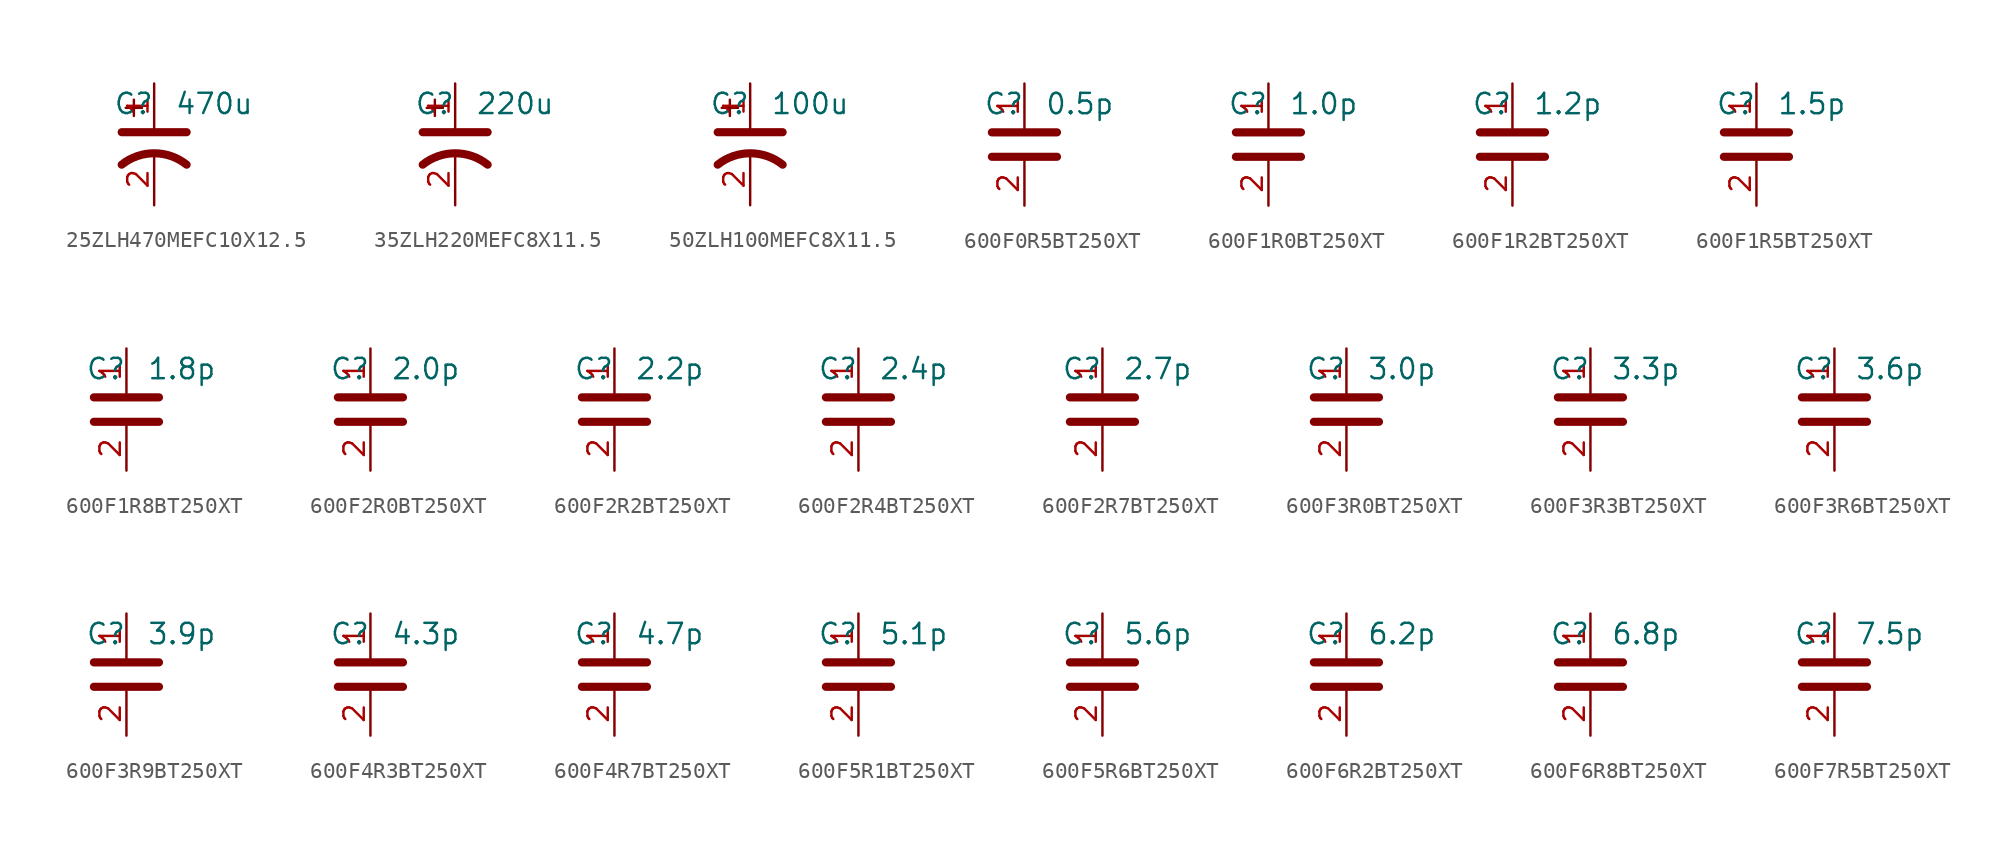
<source format=kicad_sym>
(kicad_symbol_lib
  (version 20241209)
  (generator "kicad_symbol_editor")
  (generator_version "9.0")
  (symbol "25ZLH470MEFC10X12.5"
    (property "Reference" "C"
      (at 0 2.54 0)
      (effects (font (size 1.27 1.27)) (justify right)))
    (property "Value" "470u"
      (at 1.27 2.54 0)
      (effects (font (size 1.27 1.27)) (justify left)))
    (symbol "25ZLH470MEFC10X12.5_0_1"
      (polyline (pts (xy -2.032 0.762) (xy 2.032 0.762)) (stroke (width 0.508) (type default)) (fill (type none)))
      (polyline (pts (xy -1.778 2.286) (xy -0.762 2.286)) (stroke (width 0) (type default)) (fill (type none)))
      (polyline (pts (xy -1.27 1.778) (xy -1.27 2.794)) (stroke (width 0) (type default)) (fill (type none)))
      (arc (start -2.032 -1.27) (mid 0 -0.5572) (end 2.032 -1.27) (stroke (width 0.508) (type default)) (fill (type none))))
    (symbol "25ZLH470MEFC10X12.5_1_1"
      (pin passive line (at 0 3.81 270) (length 2.794) (name "~" (effects (font (size 1.27 1.27)))) (number "1" (effects (font (size 1.27 1.27)))))
      (pin passive line (at 0 -3.81 90) (length 3.302) (name "~" (effects (font (size 1.27 1.27)))) (number "2" (effects (font (size 1.27 1.27)))))))
  (symbol "35ZLH220MEFC8X11.5"
    (property "Reference" "C"
      (at 0 2.54 0)
      (effects (font (size 1.27 1.27)) (justify right)))
    (property "Value" "220u"
      (at 1.27 2.54 0)
      (effects (font (size 1.27 1.27)) (justify left)))
    (symbol "35ZLH220MEFC8X11.5_0_1"
      (polyline (pts (xy -2.032 0.762) (xy 2.032 0.762)) (stroke (width 0.508) (type default)) (fill (type none)))
      (polyline (pts (xy -1.778 2.286) (xy -0.762 2.286)) (stroke (width 0) (type default)) (fill (type none)))
      (polyline (pts (xy -1.27 1.778) (xy -1.27 2.794)) (stroke (width 0) (type default)) (fill (type none)))
      (arc (start -2.032 -1.27) (mid 0 -0.5572) (end 2.032 -1.27) (stroke (width 0.508) (type default)) (fill (type none))))
    (symbol "35ZLH220MEFC8X11.5_1_1"
      (pin passive line (at 0 3.81 270) (length 2.794) (name "~" (effects (font (size 1.27 1.27)))) (number "1" (effects (font (size 1.27 1.27)))))
      (pin passive line (at 0 -3.81 90) (length 3.302) (name "~" (effects (font (size 1.27 1.27)))) (number "2" (effects (font (size 1.27 1.27)))))))
  (symbol "50ZLH100MEFC8X11.5"
    (property "Reference" "C"
      (at 0 2.54 0)
      (effects (font (size 1.27 1.27)) (justify right)))
    (property "Value" "100u"
      (at 1.27 2.54 0)
      (effects (font (size 1.27 1.27)) (justify left)))
    (symbol "50ZLH100MEFC8X11.5_0_1"
      (polyline (pts (xy -2.032 0.762) (xy 2.032 0.762)) (stroke (width 0.508) (type default)) (fill (type none)))
      (polyline (pts (xy -1.778 2.286) (xy -0.762 2.286)) (stroke (width 0) (type default)) (fill (type none)))
      (polyline (pts (xy -1.27 1.778) (xy -1.27 2.794)) (stroke (width 0) (type default)) (fill (type none)))
      (arc (start -2.032 -1.27) (mid 0 -0.5572) (end 2.032 -1.27) (stroke (width 0.508) (type default)) (fill (type none))))
    (symbol "50ZLH100MEFC8X11.5_1_1"
      (pin passive line (at 0 3.81 270) (length 2.794) (name "~" (effects (font (size 1.27 1.27)))) (number "1" (effects (font (size 1.27 1.27)))))
      (pin passive line (at 0 -3.81 90) (length 3.302) (name "~" (effects (font (size 1.27 1.27)))) (number "2" (effects (font (size 1.27 1.27)))))))
  (symbol "600F0R5BT250XT"
    (property "Reference" "C"
      (at 0 2.54 0)
      (effects (font (size 1.27 1.27)) (justify right)))
    (property "Value" "0.5p"
      (at 1.27 2.54 0)
      (effects (font (size 1.27 1.27)) (justify left)))
    (symbol "600F0R5BT250XT_0_1"
      (polyline (pts (xy -2.032 0.762) (xy 2.032 0.762)) (stroke (width 0.508) (type default)) (fill (type none)))
      (polyline (pts (xy -2.032 -0.762) (xy 2.032 -0.762)) (stroke (width 0.508) (type default)) (fill (type none))))
    (symbol "600F0R5BT250XT_1_1"
      (pin passive line (at 0 3.81 270) (length 2.794) (name "~" (effects (font (size 1.27 1.27)))) (number "1" (effects (font (size 1.27 1.27)))))
      (pin passive line (at 0 -3.81 90) (length 2.794) (name "~" (effects (font (size 1.27 1.27)))) (number "2" (effects (font (size 1.27 1.27)))))))
  (symbol "600F1R0BT250XT"
    (property "Reference" "C"
      (at 0 2.54 0)
      (effects (font (size 1.27 1.27)) (justify right)))
    (property "Value" "1.0p"
      (at 1.27 2.54 0)
      (effects (font (size 1.27 1.27)) (justify left)))
    (symbol "600F1R0BT250XT_0_1"
      (polyline (pts (xy -2.032 0.762) (xy 2.032 0.762)) (stroke (width 0.508) (type default)) (fill (type none)))
      (polyline (pts (xy -2.032 -0.762) (xy 2.032 -0.762)) (stroke (width 0.508) (type default)) (fill (type none))))
    (symbol "600F1R0BT250XT_1_1"
      (pin passive line (at 0 3.81 270) (length 2.794) (name "~" (effects (font (size 1.27 1.27)))) (number "1" (effects (font (size 1.27 1.27)))))
      (pin passive line (at 0 -3.81 90) (length 2.794) (name "~" (effects (font (size 1.27 1.27)))) (number "2" (effects (font (size 1.27 1.27)))))))
  (symbol "600F1R2BT250XT"
    (property "Reference" "C"
      (at 0 2.54 0)
      (effects (font (size 1.27 1.27)) (justify right)))
    (property "Value" "1.2p"
      (at 1.27 2.54 0)
      (effects (font (size 1.27 1.27)) (justify left)))
    (symbol "600F1R2BT250XT_0_1"
      (polyline (pts (xy -2.032 0.762) (xy 2.032 0.762)) (stroke (width 0.508) (type default)) (fill (type none)))
      (polyline (pts (xy -2.032 -0.762) (xy 2.032 -0.762)) (stroke (width 0.508) (type default)) (fill (type none))))
    (symbol "600F1R2BT250XT_1_1"
      (pin passive line (at 0 3.81 270) (length 2.794) (name "~" (effects (font (size 1.27 1.27)))) (number "1" (effects (font (size 1.27 1.27)))))
      (pin passive line (at 0 -3.81 90) (length 2.794) (name "~" (effects (font (size 1.27 1.27)))) (number "2" (effects (font (size 1.27 1.27)))))))
  (symbol "600F1R5BT250XT"
    (property "Reference" "C"
      (at 0 2.54 0)
      (effects (font (size 1.27 1.27)) (justify right)))
    (property "Value" "1.5p"
      (at 1.27 2.54 0)
      (effects (font (size 1.27 1.27)) (justify left)))
    (symbol "600F1R5BT250XT_0_1"
      (polyline (pts (xy -2.032 0.762) (xy 2.032 0.762)) (stroke (width 0.508) (type default)) (fill (type none)))
      (polyline (pts (xy -2.032 -0.762) (xy 2.032 -0.762)) (stroke (width 0.508) (type default)) (fill (type none))))
    (symbol "600F1R5BT250XT_1_1"
      (pin passive line (at 0 3.81 270) (length 2.794) (name "~" (effects (font (size 1.27 1.27)))) (number "1" (effects (font (size 1.27 1.27)))))
      (pin passive line (at 0 -3.81 90) (length 2.794) (name "~" (effects (font (size 1.27 1.27)))) (number "2" (effects (font (size 1.27 1.27)))))))
  (symbol "600F1R8BT250XT"
    (property "Reference" "C"
      (at 0 2.54 0)
      (effects (font (size 1.27 1.27)) (justify right)))
    (property "Value" "1.8p"
      (at 1.27 2.54 0)
      (effects (font (size 1.27 1.27)) (justify left)))
    (symbol "600F1R8BT250XT_0_1"
      (polyline (pts (xy -2.032 0.762) (xy 2.032 0.762)) (stroke (width 0.508) (type default)) (fill (type none)))
      (polyline (pts (xy -2.032 -0.762) (xy 2.032 -0.762)) (stroke (width 0.508) (type default)) (fill (type none))))
    (symbol "600F1R8BT250XT_1_1"
      (pin passive line (at 0 3.81 270) (length 2.794) (name "~" (effects (font (size 1.27 1.27)))) (number "1" (effects (font (size 1.27 1.27)))))
      (pin passive line (at 0 -3.81 90) (length 2.794) (name "~" (effects (font (size 1.27 1.27)))) (number "2" (effects (font (size 1.27 1.27)))))))
  (symbol "600F2R0BT250XT"
    (property "Reference" "C"
      (at 0 2.54 0)
      (effects (font (size 1.27 1.27)) (justify right)))
    (property "Value" "2.0p"
      (at 1.27 2.54 0)
      (effects (font (size 1.27 1.27)) (justify left)))
    (symbol "600F2R0BT250XT_0_1"
      (polyline (pts (xy -2.032 0.762) (xy 2.032 0.762)) (stroke (width 0.508) (type default)) (fill (type none)))
      (polyline (pts (xy -2.032 -0.762) (xy 2.032 -0.762)) (stroke (width 0.508) (type default)) (fill (type none))))
    (symbol "600F2R0BT250XT_1_1"
      (pin passive line (at 0 3.81 270) (length 2.794) (name "~" (effects (font (size 1.27 1.27)))) (number "1" (effects (font (size 1.27 1.27)))))
      (pin passive line (at 0 -3.81 90) (length 2.794) (name "~" (effects (font (size 1.27 1.27)))) (number "2" (effects (font (size 1.27 1.27)))))))
  (symbol "600F2R2BT250XT"
    (property "Reference" "C"
      (at 0 2.54 0)
      (effects (font (size 1.27 1.27)) (justify right)))
    (property "Value" "2.2p"
      (at 1.27 2.54 0)
      (effects (font (size 1.27 1.27)) (justify left)))
    (symbol "600F2R2BT250XT_0_1"
      (polyline (pts (xy -2.032 0.762) (xy 2.032 0.762)) (stroke (width 0.508) (type default)) (fill (type none)))
      (polyline (pts (xy -2.032 -0.762) (xy 2.032 -0.762)) (stroke (width 0.508) (type default)) (fill (type none))))
    (symbol "600F2R2BT250XT_1_1"
      (pin passive line (at 0 3.81 270) (length 2.794) (name "~" (effects (font (size 1.27 1.27)))) (number "1" (effects (font (size 1.27 1.27)))))
      (pin passive line (at 0 -3.81 90) (length 2.794) (name "~" (effects (font (size 1.27 1.27)))) (number "2" (effects (font (size 1.27 1.27)))))))
  (symbol "600F2R4BT250XT"
    (property "Reference" "C"
      (at 0 2.54 0)
      (effects (font (size 1.27 1.27)) (justify right)))
    (property "Value" "2.4p"
      (at 1.27 2.54 0)
      (effects (font (size 1.27 1.27)) (justify left)))
    (symbol "600F2R4BT250XT_0_1"
      (polyline (pts (xy -2.032 0.762) (xy 2.032 0.762)) (stroke (width 0.508) (type default)) (fill (type none)))
      (polyline (pts (xy -2.032 -0.762) (xy 2.032 -0.762)) (stroke (width 0.508) (type default)) (fill (type none))))
    (symbol "600F2R4BT250XT_1_1"
      (pin passive line (at 0 3.81 270) (length 2.794) (name "~" (effects (font (size 1.27 1.27)))) (number "1" (effects (font (size 1.27 1.27)))))
      (pin passive line (at 0 -3.81 90) (length 2.794) (name "~" (effects (font (size 1.27 1.27)))) (number "2" (effects (font (size 1.27 1.27)))))))
  (symbol "600F2R7BT250XT"
    (property "Reference" "C"
      (at 0 2.54 0)
      (effects (font (size 1.27 1.27)) (justify right)))
    (property "Value" "2.7p"
      (at 1.27 2.54 0)
      (effects (font (size 1.27 1.27)) (justify left)))
    (symbol "600F2R7BT250XT_0_1"
      (polyline (pts (xy -2.032 0.762) (xy 2.032 0.762)) (stroke (width 0.508) (type default)) (fill (type none)))
      (polyline (pts (xy -2.032 -0.762) (xy 2.032 -0.762)) (stroke (width 0.508) (type default)) (fill (type none))))
    (symbol "600F2R7BT250XT_1_1"
      (pin passive line (at 0 3.81 270) (length 2.794) (name "~" (effects (font (size 1.27 1.27)))) (number "1" (effects (font (size 1.27 1.27)))))
      (pin passive line (at 0 -3.81 90) (length 2.794) (name "~" (effects (font (size 1.27 1.27)))) (number "2" (effects (font (size 1.27 1.27)))))))
  (symbol "600F3R0BT250XT"
    (property "Reference" "C"
      (at 0 2.54 0)
      (effects (font (size 1.27 1.27)) (justify right)))
    (property "Value" "3.0p"
      (at 1.27 2.54 0)
      (effects (font (size 1.27 1.27)) (justify left)))
    (symbol "600F3R0BT250XT_0_1"
      (polyline (pts (xy -2.032 0.762) (xy 2.032 0.762)) (stroke (width 0.508) (type default)) (fill (type none)))
      (polyline (pts (xy -2.032 -0.762) (xy 2.032 -0.762)) (stroke (width 0.508) (type default)) (fill (type none))))
    (symbol "600F3R0BT250XT_1_1"
      (pin passive line (at 0 3.81 270) (length 2.794) (name "~" (effects (font (size 1.27 1.27)))) (number "1" (effects (font (size 1.27 1.27)))))
      (pin passive line (at 0 -3.81 90) (length 2.794) (name "~" (effects (font (size 1.27 1.27)))) (number "2" (effects (font (size 1.27 1.27)))))))
  (symbol "600F3R3BT250XT"
    (property "Reference" "C"
      (at 0 2.54 0)
      (effects (font (size 1.27 1.27)) (justify right)))
    (property "Value" "3.3p"
      (at 1.27 2.54 0)
      (effects (font (size 1.27 1.27)) (justify left)))
    (symbol "600F3R3BT250XT_0_1"
      (polyline (pts (xy -2.032 0.762) (xy 2.032 0.762)) (stroke (width 0.508) (type default)) (fill (type none)))
      (polyline (pts (xy -2.032 -0.762) (xy 2.032 -0.762)) (stroke (width 0.508) (type default)) (fill (type none))))
    (symbol "600F3R3BT250XT_1_1"
      (pin passive line (at 0 3.81 270) (length 2.794) (name "~" (effects (font (size 1.27 1.27)))) (number "1" (effects (font (size 1.27 1.27)))))
      (pin passive line (at 0 -3.81 90) (length 2.794) (name "~" (effects (font (size 1.27 1.27)))) (number "2" (effects (font (size 1.27 1.27)))))))
  (symbol "600F3R6BT250XT"
    (property "Reference" "C"
      (at 0 2.54 0)
      (effects (font (size 1.27 1.27)) (justify right)))
    (property "Value" "3.6p"
      (at 1.27 2.54 0)
      (effects (font (size 1.27 1.27)) (justify left)))
    (symbol "600F3R6BT250XT_0_1"
      (polyline (pts (xy -2.032 0.762) (xy 2.032 0.762)) (stroke (width 0.508) (type default)) (fill (type none)))
      (polyline (pts (xy -2.032 -0.762) (xy 2.032 -0.762)) (stroke (width 0.508) (type default)) (fill (type none))))
    (symbol "600F3R6BT250XT_1_1"
      (pin passive line (at 0 3.81 270) (length 2.794) (name "~" (effects (font (size 1.27 1.27)))) (number "1" (effects (font (size 1.27 1.27)))))
      (pin passive line (at 0 -3.81 90) (length 2.794) (name "~" (effects (font (size 1.27 1.27)))) (number "2" (effects (font (size 1.27 1.27)))))))
  (symbol "600F3R9BT250XT"
    (property "Reference" "C"
      (at 0 2.54 0)
      (effects (font (size 1.27 1.27)) (justify right)))
    (property "Value" "3.9p"
      (at 1.27 2.54 0)
      (effects (font (size 1.27 1.27)) (justify left)))
    (symbol "600F3R9BT250XT_0_1"
      (polyline (pts (xy -2.032 0.762) (xy 2.032 0.762)) (stroke (width 0.508) (type default)) (fill (type none)))
      (polyline (pts (xy -2.032 -0.762) (xy 2.032 -0.762)) (stroke (width 0.508) (type default)) (fill (type none))))
    (symbol "600F3R9BT250XT_1_1"
      (pin passive line (at 0 3.81 270) (length 2.794) (name "~" (effects (font (size 1.27 1.27)))) (number "1" (effects (font (size 1.27 1.27)))))
      (pin passive line (at 0 -3.81 90) (length 2.794) (name "~" (effects (font (size 1.27 1.27)))) (number "2" (effects (font (size 1.27 1.27)))))))
  (symbol "600F4R3BT250XT"
    (property "Reference" "C"
      (at 0 2.54 0)
      (effects (font (size 1.27 1.27)) (justify right)))
    (property "Value" "4.3p"
      (at 1.27 2.54 0)
      (effects (font (size 1.27 1.27)) (justify left)))
    (symbol "600F4R3BT250XT_0_1"
      (polyline (pts (xy -2.032 0.762) (xy 2.032 0.762)) (stroke (width 0.508) (type default)) (fill (type none)))
      (polyline (pts (xy -2.032 -0.762) (xy 2.032 -0.762)) (stroke (width 0.508) (type default)) (fill (type none))))
    (symbol "600F4R3BT250XT_1_1"
      (pin passive line (at 0 3.81 270) (length 2.794) (name "~" (effects (font (size 1.27 1.27)))) (number "1" (effects (font (size 1.27 1.27)))))
      (pin passive line (at 0 -3.81 90) (length 2.794) (name "~" (effects (font (size 1.27 1.27)))) (number "2" (effects (font (size 1.27 1.27)))))))
  (symbol "600F4R7BT250XT"
    (property "Reference" "C"
      (at 0 2.54 0)
      (effects (font (size 1.27 1.27)) (justify right)))
    (property "Value" "4.7p"
      (at 1.27 2.54 0)
      (effects (font (size 1.27 1.27)) (justify left)))
    (symbol "600F4R7BT250XT_0_1"
      (polyline (pts (xy -2.032 0.762) (xy 2.032 0.762)) (stroke (width 0.508) (type default)) (fill (type none)))
      (polyline (pts (xy -2.032 -0.762) (xy 2.032 -0.762)) (stroke (width 0.508) (type default)) (fill (type none))))
    (symbol "600F4R7BT250XT_1_1"
      (pin passive line (at 0 3.81 270) (length 2.794) (name "~" (effects (font (size 1.27 1.27)))) (number "1" (effects (font (size 1.27 1.27)))))
      (pin passive line (at 0 -3.81 90) (length 2.794) (name "~" (effects (font (size 1.27 1.27)))) (number "2" (effects (font (size 1.27 1.27)))))))
  (symbol "600F5R1BT250XT"
    (property "Reference" "C"
      (at 0 2.54 0)
      (effects (font (size 1.27 1.27)) (justify right)))
    (property "Value" "5.1p"
      (at 1.27 2.54 0)
      (effects (font (size 1.27 1.27)) (justify left)))
    (symbol "600F5R1BT250XT_0_1"
      (polyline (pts (xy -2.032 0.762) (xy 2.032 0.762)) (stroke (width 0.508) (type default)) (fill (type none)))
      (polyline (pts (xy -2.032 -0.762) (xy 2.032 -0.762)) (stroke (width 0.508) (type default)) (fill (type none))))
    (symbol "600F5R1BT250XT_1_1"
      (pin passive line (at 0 3.81 270) (length 2.794) (name "~" (effects (font (size 1.27 1.27)))) (number "1" (effects (font (size 1.27 1.27)))))
      (pin passive line (at 0 -3.81 90) (length 2.794) (name "~" (effects (font (size 1.27 1.27)))) (number "2" (effects (font (size 1.27 1.27)))))))
  (symbol "600F5R6BT250XT"
    (property "Reference" "C"
      (at 0 2.54 0)
      (effects (font (size 1.27 1.27)) (justify right)))
    (property "Value" "5.6p"
      (at 1.27 2.54 0)
      (effects (font (size 1.27 1.27)) (justify left)))
    (symbol "600F5R6BT250XT_0_1"
      (polyline (pts (xy -2.032 0.762) (xy 2.032 0.762)) (stroke (width 0.508) (type default)) (fill (type none)))
      (polyline (pts (xy -2.032 -0.762) (xy 2.032 -0.762)) (stroke (width 0.508) (type default)) (fill (type none))))
    (symbol "600F5R6BT250XT_1_1"
      (pin passive line (at 0 3.81 270) (length 2.794) (name "~" (effects (font (size 1.27 1.27)))) (number "1" (effects (font (size 1.27 1.27)))))
      (pin passive line (at 0 -3.81 90) (length 2.794) (name "~" (effects (font (size 1.27 1.27)))) (number "2" (effects (font (size 1.27 1.27)))))))
  (symbol "600F6R2BT250XT"
    (property "Reference" "C"
      (at 0 2.54 0)
      (effects (font (size 1.27 1.27)) (justify right)))
    (property "Value" "6.2p"
      (at 1.27 2.54 0)
      (effects (font (size 1.27 1.27)) (justify left)))
    (symbol "600F6R2BT250XT_0_1"
      (polyline (pts (xy -2.032 0.762) (xy 2.032 0.762)) (stroke (width 0.508) (type default)) (fill (type none)))
      (polyline (pts (xy -2.032 -0.762) (xy 2.032 -0.762)) (stroke (width 0.508) (type default)) (fill (type none))))
    (symbol "600F6R2BT250XT_1_1"
      (pin passive line (at 0 3.81 270) (length 2.794) (name "~" (effects (font (size 1.27 1.27)))) (number "1" (effects (font (size 1.27 1.27)))))
      (pin passive line (at 0 -3.81 90) (length 2.794) (name "~" (effects (font (size 1.27 1.27)))) (number "2" (effects (font (size 1.27 1.27)))))))
  (symbol "600F6R8BT250XT"
    (property "Reference" "C"
      (at 0 2.54 0)
      (effects (font (size 1.27 1.27)) (justify right)))
    (property "Value" "6.8p"
      (at 1.27 2.54 0)
      (effects (font (size 1.27 1.27)) (justify left)))
    (symbol "600F6R8BT250XT_0_1"
      (polyline (pts (xy -2.032 0.762) (xy 2.032 0.762)) (stroke (width 0.508) (type default)) (fill (type none)))
      (polyline (pts (xy -2.032 -0.762) (xy 2.032 -0.762)) (stroke (width 0.508) (type default)) (fill (type none))))
    (symbol "600F6R8BT250XT_1_1"
      (pin passive line (at 0 3.81 270) (length 2.794) (name "~" (effects (font (size 1.27 1.27)))) (number "1" (effects (font (size 1.27 1.27)))))
      (pin passive line (at 0 -3.81 90) (length 2.794) (name "~" (effects (font (size 1.27 1.27)))) (number "2" (effects (font (size 1.27 1.27)))))))
  (symbol "600F7R5BT250XT"
    (property "Reference" "C"
      (at 0 2.54 0)
      (effects (font (size 1.27 1.27)) (justify right)))
    (property "Value" "7.5p"
      (at 1.27 2.54 0)
      (effects (font (size 1.27 1.27)) (justify left)))
    (symbol "600F7R5BT250XT_0_1"
      (polyline (pts (xy -2.032 0.762) (xy 2.032 0.762)) (stroke (width 0.508) (type default)) (fill (type none)))
      (polyline (pts (xy -2.032 -0.762) (xy 2.032 -0.762)) (stroke (width 0.508) (type default)) (fill (type none))))
    (symbol "600F7R5BT250XT_1_1"
      (pin passive line (at 0 3.81 270) (length 2.794) (name "~" (effects (font (size 1.27 1.27)))) (number "1" (effects (font (size 1.27 1.27)))))
      (pin passive line (at 0 -3.81 90) (length 2.794) (name "~" (effects (font (size 1.27 1.27)))) (number "2" (effects (font (size 1.27 1.27))))))))
</source>
